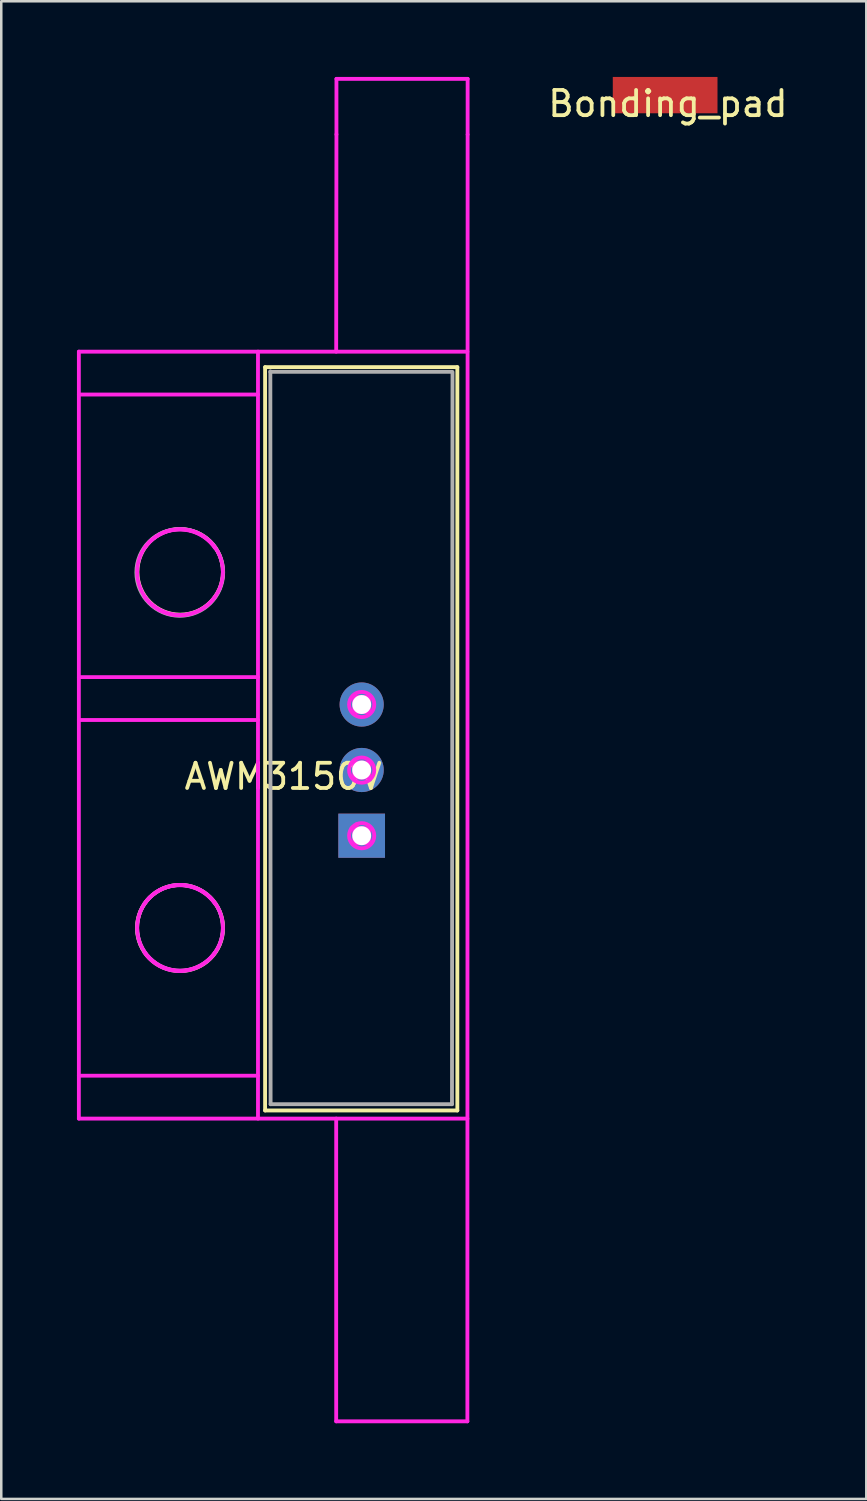
<source format=kicad_pcb>
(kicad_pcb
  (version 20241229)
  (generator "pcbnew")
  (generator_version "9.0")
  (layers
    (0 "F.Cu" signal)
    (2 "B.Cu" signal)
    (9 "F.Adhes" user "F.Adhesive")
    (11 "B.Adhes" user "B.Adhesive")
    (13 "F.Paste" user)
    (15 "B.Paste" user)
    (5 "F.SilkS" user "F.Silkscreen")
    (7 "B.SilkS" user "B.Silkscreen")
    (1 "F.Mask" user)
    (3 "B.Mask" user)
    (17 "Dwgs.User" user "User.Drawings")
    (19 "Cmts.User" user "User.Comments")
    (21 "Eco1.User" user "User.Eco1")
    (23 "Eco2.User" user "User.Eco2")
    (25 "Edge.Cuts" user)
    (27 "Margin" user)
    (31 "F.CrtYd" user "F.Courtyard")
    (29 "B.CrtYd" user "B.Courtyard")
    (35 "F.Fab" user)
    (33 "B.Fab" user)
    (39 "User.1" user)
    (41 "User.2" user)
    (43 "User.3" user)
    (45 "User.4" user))
  (footprint "AWM3150V"
    (layer "F.Cu")
    (at 7.966 27.759)
    (property "Reference" "AWM3150V" (at 0.21 -0.03 0) (layer "F.SilkS") (effects (font (size 1 1) (thickness 0.15))))
    (attr through_hole)
    (fp_line (start -0.508 -16.256) (end 7.112 -16.256) (stroke (width 0.152) (type solid)) (layer "F.SilkS"))
    (fp_line (start -0.508 13.208) (end -0.508 -16.256) (stroke (width 0.152) (type solid)) (layer "F.SilkS"))
    (fp_line (start 7.112 -16.256) (end 7.112 13.208) (stroke (width 0.152) (type solid)) (layer "F.SilkS"))
    (fp_line (start 7.112 13.208) (end -0.508 13.208) (stroke (width 0.152) (type solid)) (layer "F.SilkS"))
    (fp_circle (center -3.88 5.976) (end -2.44 5.061) (stroke (width 0.152) (type solid)) (fill no) (layer "F.SilkS"))
    (fp_circle (center -3.875 -8.14) (end -2.485 -9.11) (stroke (width 0.152) (type solid)) (fill no) (layer "F.SilkS"))
    (fp_line (start -7.89 -16.87) (end 7.51 -16.87) (stroke (width 0.152) (type solid)) (layer "F.CrtYd"))
    (fp_line (start -7.89 -15.17) (end -0.79 -15.17) (stroke (width 0.152) (type solid)) (layer "F.CrtYd"))
    (fp_line (start -7.89 -3.97) (end -0.79 -3.97) (stroke (width 0.152) (type solid)) (layer "F.CrtYd"))
    (fp_line (start -7.89 -2.27) (end -0.79 -2.27) (stroke (width 0.152) (type solid)) (layer "F.CrtYd"))
    (fp_line (start -7.89 11.83) (end -0.79 11.83) (stroke (width 0.152) (type solid)) (layer "F.CrtYd"))
    (fp_line (start -7.89 13.53) (end -7.89 -16.87) (stroke (width 0.152) (type solid)) (layer "F.CrtYd"))
    (fp_line (start -0.79 13.53) (end -0.79 -16.87) (stroke (width 0.152) (type solid)) (layer "F.CrtYd"))
    (fp_line (start 2.31 -16.87) (end 2.32 -25.48) (stroke (width 0.152) (type solid)) (layer "F.CrtYd"))
    (fp_line (start 2.31 13.53) (end 2.31 25.53) (stroke (width 0.152) (type solid)) (layer "F.CrtYd"))
    (fp_line (start 2.32 -27.683) (end 7.52 -27.683) (stroke (width 0.152) (type solid)) (layer "F.CrtYd"))
    (fp_line (start 2.32 -25.483) (end 2.32 -27.683) (stroke (width 0.152) (type solid)) (layer "F.CrtYd"))
    (fp_line (start 3.02 -3.183) (end 3.02 -2.583) (stroke (width 0.152) (type solid)) (layer "F.CrtYd"))
    (fp_line (start 3.02 -2.583) (end 3.62 -2.583) (stroke (width 0.152) (type solid)) (layer "F.CrtYd"))
    (fp_line (start 3.02 -0.583) (end 3.02 0.017) (stroke (width 0.152) (type solid)) (layer "F.CrtYd"))
    (fp_line (start 3.02 0.017) (end 3.62 0.017) (stroke (width 0.152) (type solid)) (layer "F.CrtYd"))
    (fp_line (start 3.02 2.017) (end 3.02 2.617) (stroke (width 0.152) (type solid)) (layer "F.CrtYd"))
    (fp_line (start 3.02 2.617) (end 3.62 2.617) (stroke (width 0.152) (type solid)) (layer "F.CrtYd"))
    (fp_line (start 3.12 2.017) (end 3.12 1.86) (stroke (width 0.152) (type solid)) (layer "F.CrtYd"))
    (fp_line (start 3.62 -3.183) (end 3.02 -3.183) (stroke (width 0.152) (type solid)) (layer "F.CrtYd"))
    (fp_line (start 3.62 -2.583) (end 3.62 -3.183) (stroke (width 0.152) (type solid)) (layer "F.CrtYd"))
    (fp_line (start 3.62 -0.583) (end 3.02 -0.583) (stroke (width 0.152) (type solid)) (layer "F.CrtYd"))
    (fp_line (start 3.62 0.017) (end 3.62 -0.583) (stroke (width 0.152) (type solid)) (layer "F.CrtYd"))
    (fp_line (start 3.62 2.017) (end 2.92 2.017) (stroke (width 0.152) (type solid)) (layer "F.CrtYd"))
    (fp_line (start 3.62 2.617) (end 3.62 2.017) (stroke (width 0.152) (type solid)) (layer "F.CrtYd"))
    (fp_line (start 7.51 13.53) (end -7.89 13.53) (stroke (width 0.152) (type solid)) (layer "F.CrtYd"))
    (fp_line (start 7.51 25.53) (end 2.31 25.53) (stroke (width 0.152) (type solid)) (layer "F.CrtYd"))
    (fp_line (start 7.51 25.53) (end 7.52 -25.47) (stroke (width 0.152) (type solid)) (layer "F.CrtYd"))
    (fp_line (start 7.52 -25.483) (end 7.52 -27.683) (stroke (width 0.152) (type solid)) (layer "F.CrtYd"))
    (fp_arc (start -5.290051 -9.08429) (mid -3.89 -9.819999) (end -2.489949 -9.08429) (stroke (width 0.152) (type solid)) (layer "F.CrtYd"))
    (fp_arc (start -5.290051 5.01571) (mid -3.89 4.280001) (end -2.489949 5.01571) (stroke (width 0.152) (type solid)) (layer "F.CrtYd"))
    (fp_arc (start -2.489948 -7.155709) (mid -3.89 -6.419999) (end -5.290052 -7.15571) (stroke (width 0.152) (type solid)) (layer "F.CrtYd"))
    (fp_arc (start -2.489948 6.944291) (mid -3.89 7.680001) (end -5.290052 6.94429) (stroke (width 0.152) (type solid)) (layer "F.CrtYd"))
    (fp_circle (center -3.88 -8.133) (end -3.88 -9.833) (stroke (width 0.152) (type solid)) (fill no) (layer "F.CrtYd"))
    (fp_circle (center -3.88 5.967) (end -3.88 4.267) (stroke (width 0.152) (type solid)) (fill no) (layer "F.CrtYd"))
    (fp_circle (center 3.32 -2.883) (end 3.32 -3.383) (stroke (width 0.152) (type solid)) (fill no) (layer "F.CrtYd"))
    (fp_circle (center 3.32 -0.283) (end 3.32 -0.783) (stroke (width 0.152) (type solid)) (fill no) (layer "F.CrtYd"))
    (fp_circle (center 3.32 2.317) (end 3.32 1.817) (stroke (width 0.152) (type solid)) (fill no) (layer "F.CrtYd"))
    (fp_line (start -0.3 -16.07) (end 6.9 -16.07) (stroke (width 0.152) (type solid)) (layer "F.Fab"))
    (fp_line (start -0.29 12.96) (end -0.3 -16.09) (stroke (width 0.152) (type solid)) (layer "F.Fab"))
    (fp_line (start 6.9 12.96) (end -0.29 12.96) (stroke (width 0.152) (type solid)) (layer "F.Fab"))
    (fp_line (start 6.92 -16.06) (end 6.9 12.96) (stroke (width 0.152) (type solid)) (layer "F.Fab"))
    (fp_circle (center -3.89 -8.12) (end -2.52 -9.16) (stroke (width 0.152) (type solid)) (fill no) (layer "F.Fab"))
    (fp_circle (center -3.88 5.969) (end -2.29 5.369) (stroke (width 0.152) (type solid)) (fill no) (layer "F.Fab"))
    (pad "1" thru_hole rect (at 3.32 2.317) (size 1.85 1.75) (drill 0.75) (layers "*.Cu" "*.Mask"))
    (pad "2" thru_hole circle (at 3.32 -0.288) (size 1.75 1.75) (drill 0.75) (layers "*.Cu" "*.Mask"))
    (pad "3" thru_hole circle (at 3.32 -2.883) (size 1.75 1.75) (drill 0.75) (layers "*.Cu" "*.Mask")))
  (footprint "Bonding_pad"
    (layer "F.Cu")
    (at 23.425 0.56)
    (property "Reference" "Bonding_pad" (at 0 0.5 0) (layer "F.SilkS") (effects (font (size 1 1) (thickness 0.15))))
    (attr through_hole)
    (pad "1" smd rect (at -0.11 0.16 90) (size 1.44 4.15) (layers "F.Cu" "F.Mask" "F.Paste")))
  (gr_rect
    (start -3 -3)
    (end 31.288 56.365)
    (stroke (width 0.1) (type default))
    (fill no)
    (layer "Edge.Cuts")))
</source>
